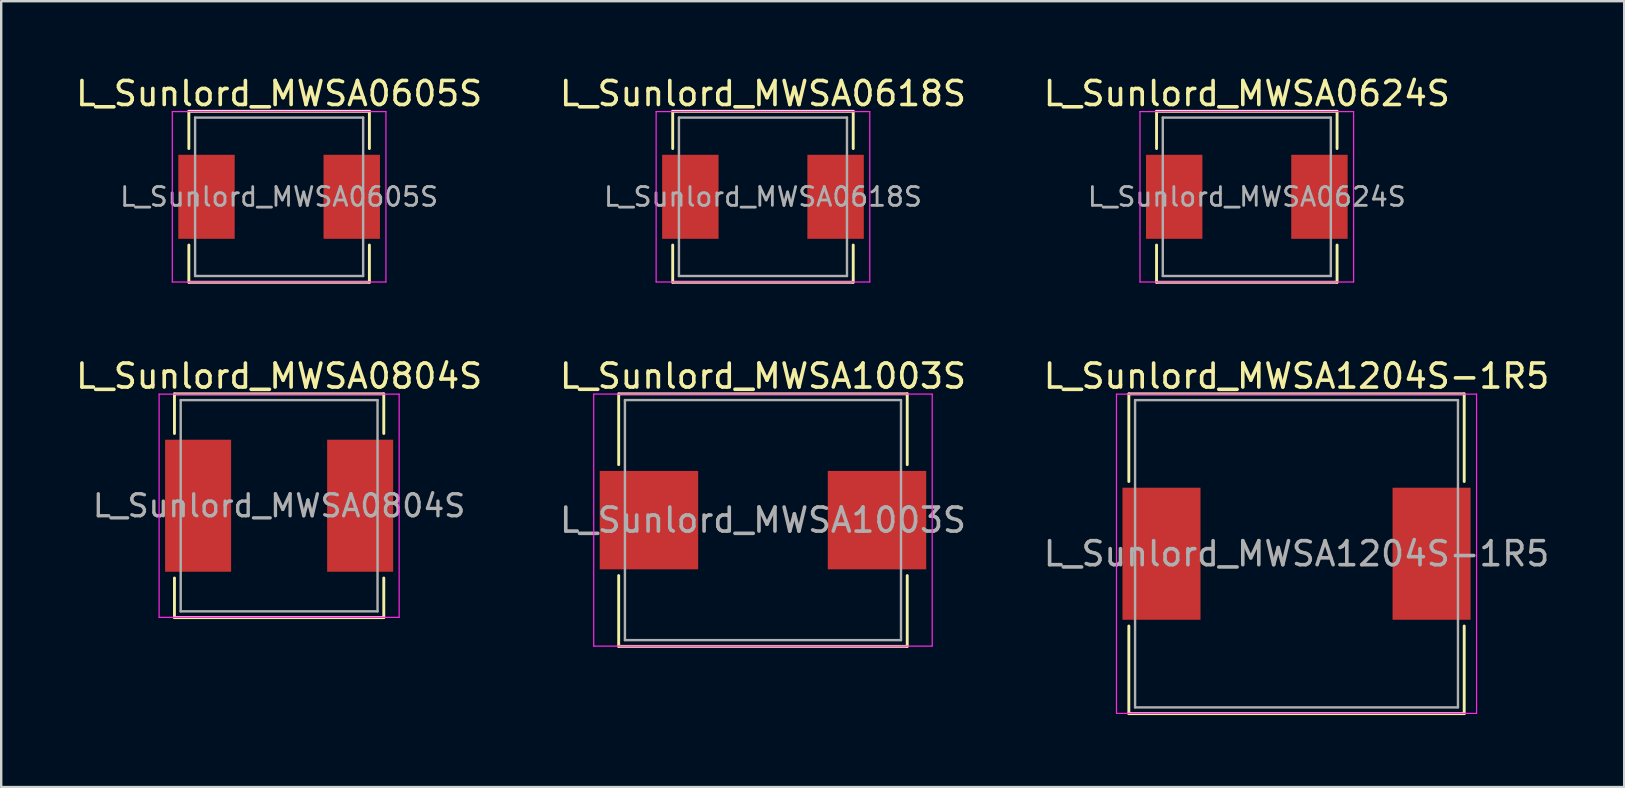
<source format=kicad_pcb>
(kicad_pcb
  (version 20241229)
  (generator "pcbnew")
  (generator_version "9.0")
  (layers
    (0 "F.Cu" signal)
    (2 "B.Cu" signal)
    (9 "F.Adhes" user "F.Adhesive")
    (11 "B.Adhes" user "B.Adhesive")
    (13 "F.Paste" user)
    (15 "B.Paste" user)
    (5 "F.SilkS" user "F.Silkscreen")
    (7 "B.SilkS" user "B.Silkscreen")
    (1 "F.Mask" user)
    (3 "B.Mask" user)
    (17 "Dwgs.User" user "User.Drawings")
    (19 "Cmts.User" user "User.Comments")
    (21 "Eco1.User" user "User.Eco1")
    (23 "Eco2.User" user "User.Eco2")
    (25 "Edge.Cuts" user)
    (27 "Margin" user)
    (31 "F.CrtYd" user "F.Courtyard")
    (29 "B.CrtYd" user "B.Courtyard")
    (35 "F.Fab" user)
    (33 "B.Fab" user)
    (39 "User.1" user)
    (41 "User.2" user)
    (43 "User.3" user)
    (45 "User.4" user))
  (footprint "L_Sunlord_MWSA0605S"
    (layer "F.Cu")
    (at 8.577 5.148)
    (property "Reference" "L_Sunlord_MWSA0605S" (at 0 -4.3 0) (layer "F.SilkS") (effects (font (size 1 1) (thickness 0.15))))
    (attr smd)
    (fp_line (start -3.76 -3.56) (end -3.76 -2.01) (stroke (width 0.12) (type solid)) (layer "F.SilkS"))
    (fp_line (start -3.76 -3.56) (end 3.76 -3.56) (stroke (width 0.12) (type solid)) (layer "F.SilkS"))
    (fp_line (start -3.76 3.56) (end -3.76 2.01) (stroke (width 0.12) (type solid)) (layer "F.SilkS"))
    (fp_line (start -3.76 3.56) (end 3.76 3.56) (stroke (width 0.12) (type solid)) (layer "F.SilkS"))
    (fp_line (start 3.76 -3.56) (end 3.76 -2.01) (stroke (width 0.12) (type solid)) (layer "F.SilkS"))
    (fp_line (start 3.76 3.56) (end 3.76 2.01) (stroke (width 0.12) (type solid)) (layer "F.SilkS"))
    (fp_line (start -4.45 -3.55) (end -4.45 3.55) (stroke (width 0.05) (type solid)) (layer "F.CrtYd"))
    (fp_line (start -4.45 3.55) (end 4.45 3.55) (stroke (width 0.05) (type solid)) (layer "F.CrtYd"))
    (fp_line (start 4.45 -3.55) (end -4.45 -3.55) (stroke (width 0.05) (type solid)) (layer "F.CrtYd"))
    (fp_line (start 4.45 3.55) (end 4.45 -3.55) (stroke (width 0.05) (type solid)) (layer "F.CrtYd"))
    (fp_line (start -3.5 -3.3) (end -3.5 3.3) (stroke (width 0.1) (type solid)) (layer "F.Fab"))
    (fp_line (start -3.5 3.3) (end 3.5 3.3) (stroke (width 0.1) (type solid)) (layer "F.Fab"))
    (fp_line (start 3.5 -3.3) (end -3.5 -3.3) (stroke (width 0.1) (type solid)) (layer "F.Fab"))
    (fp_line (start 3.5 3.3) (end 3.5 -3.3) (stroke (width 0.1) (type solid)) (layer "F.Fab"))
    (fp_text user "${REFERENCE}" (at 0 0 0) (layer "F.Fab") (effects (font (size 0.783 0.783) (thickness 0.117))))
    (pad "1" smd rect (at -3.025 0) (size 2.35 3.5) (layers "F.Cu" "F.Mask" "F.Paste"))
    (pad "2" smd rect (at 3.025 0) (size 2.35 3.5) (layers "F.Cu" "F.Mask" "F.Paste")))
  (footprint "L_Sunlord_MWSA1204S-1R5"
    (layer "F.Cu")
    (at 50.958 20.017)
    (property "Reference" "L_Sunlord_MWSA1204S-1R5" (at 0 -7.4 0) (layer "F.SilkS") (effects (font (size 1 1) (thickness 0.15))))
    (attr smd)
    (fp_line (start -6.985 -6.66) (end -6.985 -3.01) (stroke (width 0.12) (type solid)) (layer "F.SilkS"))
    (fp_line (start -6.985 -6.66) (end 6.985 -6.66) (stroke (width 0.12) (type solid)) (layer "F.SilkS"))
    (fp_line (start -6.985 6.66) (end -6.985 3.01) (stroke (width 0.12) (type solid)) (layer "F.SilkS"))
    (fp_line (start -6.985 6.66) (end 6.985 6.66) (stroke (width 0.12) (type solid)) (layer "F.SilkS"))
    (fp_line (start 6.985 -6.66) (end 6.985 -3.01) (stroke (width 0.12) (type solid)) (layer "F.SilkS"))
    (fp_line (start 6.985 6.66) (end 6.985 3.01) (stroke (width 0.12) (type solid)) (layer "F.SilkS"))
    (fp_line (start -7.5 -6.65) (end -7.5 6.65) (stroke (width 0.05) (type solid)) (layer "F.CrtYd"))
    (fp_line (start -7.5 6.65) (end 7.5 6.65) (stroke (width 0.05) (type solid)) (layer "F.CrtYd"))
    (fp_line (start 7.5 -6.65) (end -7.5 -6.65) (stroke (width 0.05) (type solid)) (layer "F.CrtYd"))
    (fp_line (start 7.5 6.65) (end 7.5 -6.65) (stroke (width 0.05) (type solid)) (layer "F.CrtYd"))
    (fp_line (start -6.725 -6.4) (end -6.725 6.4) (stroke (width 0.1) (type solid)) (layer "F.Fab"))
    (fp_line (start -6.725 6.4) (end 6.725 6.4) (stroke (width 0.1) (type solid)) (layer "F.Fab"))
    (fp_line (start 6.725 -6.4) (end -6.725 -6.4) (stroke (width 0.1) (type solid)) (layer "F.Fab"))
    (fp_line (start 6.725 6.4) (end 6.725 -6.4) (stroke (width 0.1) (type solid)) (layer "F.Fab"))
    (fp_text user "${REFERENCE}" (at 0 0 0) (layer "F.Fab") (effects (font (size 1 1) (thickness 0.15))))
    (pad "1" smd rect (at -5.625 0) (size 3.25 5.5) (layers "F.Cu" "F.Mask" "F.Paste"))
    (pad "2" smd rect (at 5.625 0) (size 3.25 5.5) (layers "F.Cu" "F.Mask" "F.Paste")))
  (footprint "L_Sunlord_MWSA0804S"
    (layer "F.Cu")
    (at 8.577 18.017)
    (property "Reference" "L_Sunlord_MWSA0804S" (at 0 -5.4 0) (layer "F.SilkS") (effects (font (size 1 1) (thickness 0.15))))
    (attr smd)
    (fp_line (start -4.36 -4.66) (end -4.36 -3.01) (stroke (width 0.12) (type solid)) (layer "F.SilkS"))
    (fp_line (start -4.36 -4.66) (end 4.36 -4.66) (stroke (width 0.12) (type solid)) (layer "F.SilkS"))
    (fp_line (start -4.36 4.66) (end -4.36 3.01) (stroke (width 0.12) (type solid)) (layer "F.SilkS"))
    (fp_line (start -4.36 4.66) (end 4.36 4.66) (stroke (width 0.12) (type solid)) (layer "F.SilkS"))
    (fp_line (start 4.36 -4.66) (end 4.36 -3.01) (stroke (width 0.12) (type solid)) (layer "F.SilkS"))
    (fp_line (start 4.36 4.66) (end 4.36 3.01) (stroke (width 0.12) (type solid)) (layer "F.SilkS"))
    (fp_line (start -5 -4.65) (end -5 4.65) (stroke (width 0.05) (type solid)) (layer "F.CrtYd"))
    (fp_line (start -5 4.65) (end 5 4.65) (stroke (width 0.05) (type solid)) (layer "F.CrtYd"))
    (fp_line (start 5 -4.65) (end -5 -4.65) (stroke (width 0.05) (type solid)) (layer "F.CrtYd"))
    (fp_line (start 5 4.65) (end 5 -4.65) (stroke (width 0.05) (type solid)) (layer "F.CrtYd"))
    (fp_line (start -4.1 -4.4) (end -4.1 4.4) (stroke (width 0.1) (type solid)) (layer "F.Fab"))
    (fp_line (start -4.1 4.4) (end 4.1 4.4) (stroke (width 0.1) (type solid)) (layer "F.Fab"))
    (fp_line (start 4.1 -4.4) (end -4.1 -4.4) (stroke (width 0.1) (type solid)) (layer "F.Fab"))
    (fp_line (start 4.1 4.4) (end 4.1 -4.4) (stroke (width 0.1) (type solid)) (layer "F.Fab"))
    (fp_text user "${REFERENCE}" (at 0 0 0) (layer "F.Fab") (effects (font (size 0.917 0.917) (thickness 0.138))))
    (pad "1" smd rect (at -3.375 0) (size 2.75 5.5) (layers "F.Cu" "F.Mask" "F.Paste"))
    (pad "2" smd rect (at 3.375 0) (size 2.75 5.5) (layers "F.Cu" "F.Mask" "F.Paste")))
  (footprint "L_Sunlord_MWSA0624S"
    (layer "F.Cu")
    (at 48.887 5.148)
    (property "Reference" "L_Sunlord_MWSA0624S" (at 0 -4.3 0) (layer "F.SilkS") (effects (font (size 1 1) (thickness 0.15))))
    (attr smd)
    (fp_line (start -3.76 -3.56) (end -3.76 -2.01) (stroke (width 0.12) (type solid)) (layer "F.SilkS"))
    (fp_line (start -3.76 -3.56) (end 3.76 -3.56) (stroke (width 0.12) (type solid)) (layer "F.SilkS"))
    (fp_line (start -3.76 3.56) (end -3.76 2.01) (stroke (width 0.12) (type solid)) (layer "F.SilkS"))
    (fp_line (start -3.76 3.56) (end 3.76 3.56) (stroke (width 0.12) (type solid)) (layer "F.SilkS"))
    (fp_line (start 3.76 -3.56) (end 3.76 -2.01) (stroke (width 0.12) (type solid)) (layer "F.SilkS"))
    (fp_line (start 3.76 3.56) (end 3.76 2.01) (stroke (width 0.12) (type solid)) (layer "F.SilkS"))
    (fp_line (start -4.45 -3.55) (end -4.45 3.55) (stroke (width 0.05) (type solid)) (layer "F.CrtYd"))
    (fp_line (start -4.45 3.55) (end 4.45 3.55) (stroke (width 0.05) (type solid)) (layer "F.CrtYd"))
    (fp_line (start 4.45 -3.55) (end -4.45 -3.55) (stroke (width 0.05) (type solid)) (layer "F.CrtYd"))
    (fp_line (start 4.45 3.55) (end 4.45 -3.55) (stroke (width 0.05) (type solid)) (layer "F.CrtYd"))
    (fp_line (start -3.5 -3.3) (end -3.5 3.3) (stroke (width 0.1) (type solid)) (layer "F.Fab"))
    (fp_line (start -3.5 3.3) (end 3.5 3.3) (stroke (width 0.1) (type solid)) (layer "F.Fab"))
    (fp_line (start 3.5 -3.3) (end -3.5 -3.3) (stroke (width 0.1) (type solid)) (layer "F.Fab"))
    (fp_line (start 3.5 3.3) (end 3.5 -3.3) (stroke (width 0.1) (type solid)) (layer "F.Fab"))
    (fp_text user "${REFERENCE}" (at 0 0 0) (layer "F.Fab") (effects (font (size 0.783 0.783) (thickness 0.117))))
    (pad "1" smd rect (at -3.025 0) (size 2.35 3.5) (layers "F.Cu" "F.Mask" "F.Paste"))
    (pad "2" smd rect (at 3.025 0) (size 2.35 3.5) (layers "F.Cu" "F.Mask" "F.Paste")))
  (footprint "L_Sunlord_MWSA1003S"
    (layer "F.Cu")
    (at 28.732 18.616)
    (property "Reference" "L_Sunlord_MWSA1003S" (at 0 -6 0) (layer "F.SilkS") (effects (font (size 1 1) (thickness 0.15))))
    (attr smd)
    (fp_line (start -6.01 -5.26) (end -6.01 -2.31) (stroke (width 0.12) (type solid)) (layer "F.SilkS"))
    (fp_line (start -6.01 -5.26) (end 6.01 -5.26) (stroke (width 0.12) (type solid)) (layer "F.SilkS"))
    (fp_line (start -6.01 5.26) (end -6.01 2.31) (stroke (width 0.12) (type solid)) (layer "F.SilkS"))
    (fp_line (start -6.01 5.26) (end 6.01 5.26) (stroke (width 0.12) (type solid)) (layer "F.SilkS"))
    (fp_line (start 6.01 -5.26) (end 6.01 -2.31) (stroke (width 0.12) (type solid)) (layer "F.SilkS"))
    (fp_line (start 6.01 5.26) (end 6.01 2.31) (stroke (width 0.12) (type solid)) (layer "F.SilkS"))
    (fp_line (start -7.05 -5.25) (end -7.05 5.25) (stroke (width 0.05) (type solid)) (layer "F.CrtYd"))
    (fp_line (start -7.05 5.25) (end 7.05 5.25) (stroke (width 0.05) (type solid)) (layer "F.CrtYd"))
    (fp_line (start 7.05 -5.25) (end -7.05 -5.25) (stroke (width 0.05) (type solid)) (layer "F.CrtYd"))
    (fp_line (start 7.05 5.25) (end 7.05 -5.25) (stroke (width 0.05) (type solid)) (layer "F.CrtYd"))
    (fp_line (start -5.75 -5) (end -5.75 5) (stroke (width 0.1) (type solid)) (layer "F.Fab"))
    (fp_line (start -5.75 5) (end 5.75 5) (stroke (width 0.1) (type solid)) (layer "F.Fab"))
    (fp_line (start 5.75 -5) (end -5.75 -5) (stroke (width 0.1) (type solid)) (layer "F.Fab"))
    (fp_line (start 5.75 5) (end 5.75 -5) (stroke (width 0.1) (type solid)) (layer "F.Fab"))
    (fp_text user "${REFERENCE}" (at 0 0 0) (layer "F.Fab") (effects (font (size 1 1) (thickness 0.15))))
    (pad "1" smd rect (at -4.75 0) (size 4.1 4.1) (layers "F.Cu" "F.Mask" "F.Paste"))
    (pad "2" smd rect (at 4.75 0) (size 4.1 4.1) (layers "F.Cu" "F.Mask" "F.Paste")))
  (footprint "L_Sunlord_MWSA0618S"
    (layer "F.Cu")
    (at 28.732 5.148)
    (property "Reference" "L_Sunlord_MWSA0618S" (at 0 -4.3 0) (layer "F.SilkS") (effects (font (size 1 1) (thickness 0.15))))
    (attr smd)
    (fp_line (start -3.76 -3.56) (end -3.76 -2.01) (stroke (width 0.12) (type solid)) (layer "F.SilkS"))
    (fp_line (start -3.76 -3.56) (end 3.76 -3.56) (stroke (width 0.12) (type solid)) (layer "F.SilkS"))
    (fp_line (start -3.76 3.56) (end -3.76 2.01) (stroke (width 0.12) (type solid)) (layer "F.SilkS"))
    (fp_line (start -3.76 3.56) (end 3.76 3.56) (stroke (width 0.12) (type solid)) (layer "F.SilkS"))
    (fp_line (start 3.76 -3.56) (end 3.76 -2.01) (stroke (width 0.12) (type solid)) (layer "F.SilkS"))
    (fp_line (start 3.76 3.56) (end 3.76 2.01) (stroke (width 0.12) (type solid)) (layer "F.SilkS"))
    (fp_line (start -4.45 -3.55) (end -4.45 3.55) (stroke (width 0.05) (type solid)) (layer "F.CrtYd"))
    (fp_line (start -4.45 3.55) (end 4.45 3.55) (stroke (width 0.05) (type solid)) (layer "F.CrtYd"))
    (fp_line (start 4.45 -3.55) (end -4.45 -3.55) (stroke (width 0.05) (type solid)) (layer "F.CrtYd"))
    (fp_line (start 4.45 3.55) (end 4.45 -3.55) (stroke (width 0.05) (type solid)) (layer "F.CrtYd"))
    (fp_line (start -3.5 -3.3) (end -3.5 3.3) (stroke (width 0.1) (type solid)) (layer "F.Fab"))
    (fp_line (start -3.5 3.3) (end 3.5 3.3) (stroke (width 0.1) (type solid)) (layer "F.Fab"))
    (fp_line (start 3.5 -3.3) (end -3.5 -3.3) (stroke (width 0.1) (type solid)) (layer "F.Fab"))
    (fp_line (start 3.5 3.3) (end 3.5 -3.3) (stroke (width 0.1) (type solid)) (layer "F.Fab"))
    (fp_text user "${REFERENCE}" (at 0 0 0) (layer "F.Fab") (effects (font (size 0.783 0.783) (thickness 0.117))))
    (pad "1" smd rect (at -3.025 0) (size 2.35 3.5) (layers "F.Cu" "F.Mask" "F.Paste"))
    (pad "2" smd rect (at 3.025 0) (size 2.35 3.5) (layers "F.Cu" "F.Mask" "F.Paste")))
  (gr_rect
    (start -3 -3)
    (end 64.607 29.736)
    (stroke (width 0.1) (type default))
    (fill no)
    (layer "Edge.Cuts")))
</source>
